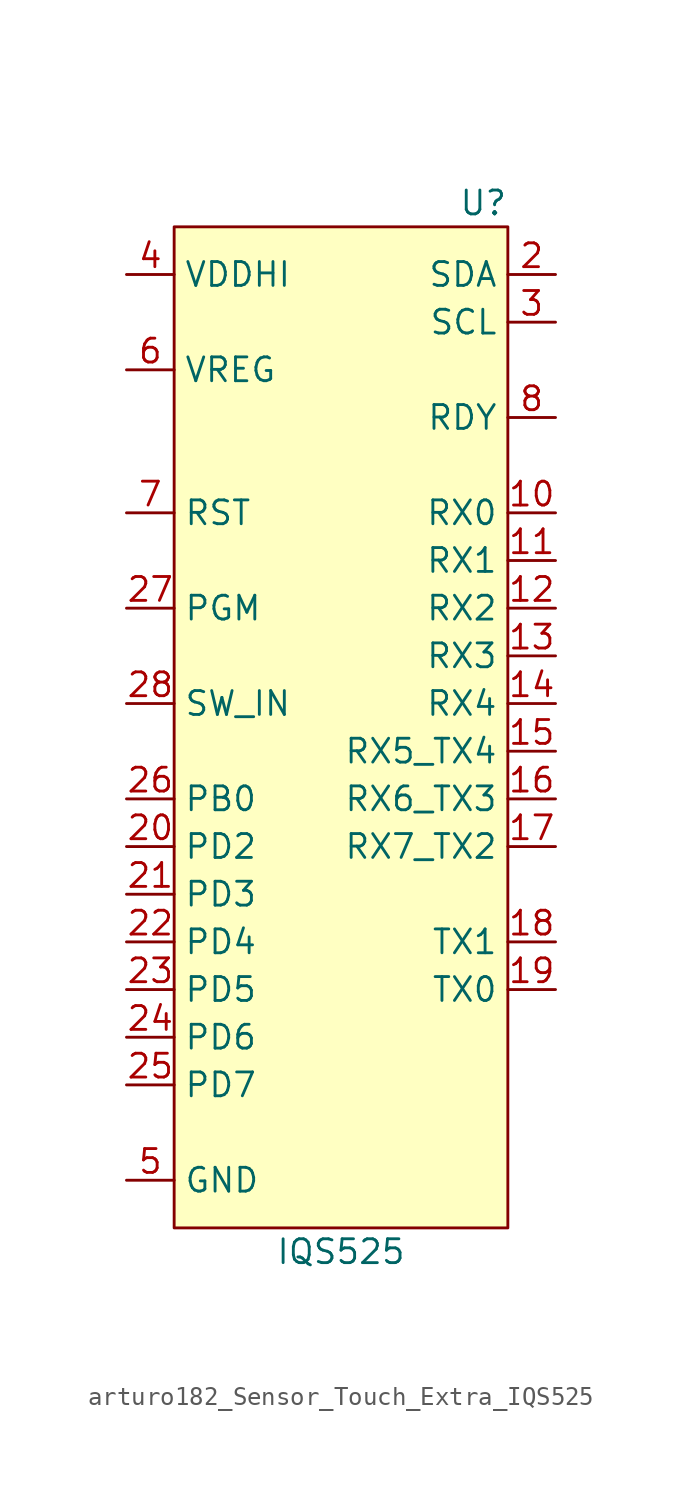
<source format=kicad_sym>
(kicad_symbol_lib
  (version 20220914)
  (generator kicad_symbol_editor)
  (symbol "arturo182_Sensor_Touch_Extra_IQS525"
    (property "Reference" "U"
      (at 8.89 24.13 0)
      (effects (font (size 1.27 1.27)) (justify right)))
    (property "Value" "IQS525"
      (at 0 -31.75 0)
      (effects (font (size 1.27 1.27))))
    (symbol "arturo182_Sensor_Touch_Extra_IQS525_0_0"
      (pin bidirectional line (at 11.43 7.62 180) (length 2.54) (name "RX0" (effects (font (size 1.27 1.27)))) (number "10" (effects (font (size 1.27 1.27)))))
      (pin bidirectional line (at 11.43 5.08 180) (length 2.54) (name "RX1" (effects (font (size 1.27 1.27)))) (number "11" (effects (font (size 1.27 1.27)))))
      (pin bidirectional line (at 11.43 2.54 180) (length 2.54) (name "RX2" (effects (font (size 1.27 1.27)))) (number "12" (effects (font (size 1.27 1.27)))))
      (pin bidirectional line (at 11.43 0 180) (length 2.54) (name "RX3" (effects (font (size 1.27 1.27)))) (number "13" (effects (font (size 1.27 1.27)))))
      (pin bidirectional line (at 11.43 -2.54 180) (length 2.54) (name "RX4" (effects (font (size 1.27 1.27)))) (number "14" (effects (font (size 1.27 1.27)))))
      (pin bidirectional line (at 11.43 -5.08 180) (length 2.54) (name "RX5_TX4" (effects (font (size 1.27 1.27)))) (number "15" (effects (font (size 1.27 1.27)))))
      (pin bidirectional line (at 11.43 -7.62 180) (length 2.54) (name "RX6_TX3" (effects (font (size 1.27 1.27)))) (number "16" (effects (font (size 1.27 1.27)))))
      (pin bidirectional line (at 11.43 -10.16 180) (length 2.54) (name "RX7_TX2" (effects (font (size 1.27 1.27)))) (number "17" (effects (font (size 1.27 1.27)))))
      (pin bidirectional line (at 11.43 -15.24 180) (length 2.54) (name "TX1" (effects (font (size 1.27 1.27)))) (number "18" (effects (font (size 1.27 1.27)))))
      (pin bidirectional line (at 11.43 -17.78 180) (length 2.54) (name "TX0" (effects (font (size 1.27 1.27)))) (number "19" (effects (font (size 1.27 1.27)))))
      (pin bidirectional line (at 11.43 20.32 180) (length 2.54) (name "SDA" (effects (font (size 1.27 1.27)))) (number "2" (effects (font (size 1.27 1.27)))))
      (pin bidirectional line (at -11.43 -10.16 0) (length 2.54) (name "PD2" (effects (font (size 1.27 1.27)))) (number "20" (effects (font (size 1.27 1.27)))))
      (pin bidirectional line (at -11.43 -12.7 0) (length 2.54) (name "PD3" (effects (font (size 1.27 1.27)))) (number "21" (effects (font (size 1.27 1.27)))))
      (pin bidirectional line (at -11.43 -15.24 0) (length 2.54) (name "PD4" (effects (font (size 1.27 1.27)))) (number "22" (effects (font (size 1.27 1.27)))))
      (pin bidirectional line (at -11.43 -17.78 0) (length 2.54) (name "PD5" (effects (font (size 1.27 1.27)))) (number "23" (effects (font (size 1.27 1.27)))))
      (pin bidirectional line (at -11.43 -20.32 0) (length 2.54) (name "PD6" (effects (font (size 1.27 1.27)))) (number "24" (effects (font (size 1.27 1.27)))))
      (pin bidirectional line (at -11.43 -22.86 0) (length 2.54) (name "PD7" (effects (font (size 1.27 1.27)))) (number "25" (effects (font (size 1.27 1.27)))))
      (pin bidirectional line (at -11.43 -7.62 0) (length 2.54) (name "PB0" (effects (font (size 1.27 1.27)))) (number "26" (effects (font (size 1.27 1.27)))))
      (pin input line (at -11.43 2.54 0) (length 2.54) (name "PGM" (effects (font (size 1.27 1.27)))) (number "27" (effects (font (size 1.27 1.27)))))
      (pin bidirectional line (at -11.43 -2.54 0) (length 2.54) (name "SW_IN" (effects (font (size 1.27 1.27)))) (number "28" (effects (font (size 1.27 1.27)))))
      (pin input line (at 11.43 17.78 180) (length 2.54) (name "SCL" (effects (font (size 1.27 1.27)))) (number "3" (effects (font (size 1.27 1.27)))))
      (pin power_in line (at -11.43 20.32 0) (length 2.54) (name "VDDHI" (effects (font (size 1.27 1.27)))) (number "4" (effects (font (size 1.27 1.27)))))
      (pin power_in line (at -11.43 -27.94 0) (length 2.54) (name "GND" (effects (font (size 1.27 1.27)))) (number "5" (effects (font (size 1.27 1.27)))))
      (pin power_out line (at -11.43 15.24 0) (length 2.54) (name "VREG" (effects (font (size 1.27 1.27)))) (number "6" (effects (font (size 1.27 1.27)))))
      (pin input line (at -11.43 7.62 0) (length 2.54) (name "RST" (effects (font (size 1.27 1.27)))) (number "7" (effects (font (size 1.27 1.27)))))
      (pin output line (at 11.43 12.7 180) (length 2.54) (name "RDY" (effects (font (size 1.27 1.27)))) (number "8" (effects (font (size 1.27 1.27))))))
    (symbol "arturo182_Sensor_Touch_Extra_IQS525_1_0"
      (pin no_connect line (at 2.54 -21.59 0) (length 2.54) hide (name "NC" (effects (font (size 1.27 1.27)))) (number "1" (effects (font (size 1.27 1.27)))))
      (pin no_connect line (at 2.54 -19.05 0) (length 2.54) hide (name "NC" (effects (font (size 1.27 1.27)))) (number "9" (effects (font (size 1.27 1.27))))))
    (symbol "arturo182_Sensor_Touch_Extra_IQS525_1_1"
      (rectangle (start -8.89 22.86) (end 8.89 -30.48) (stroke (width 0) (type default)) (fill (type background))))))
</source>
